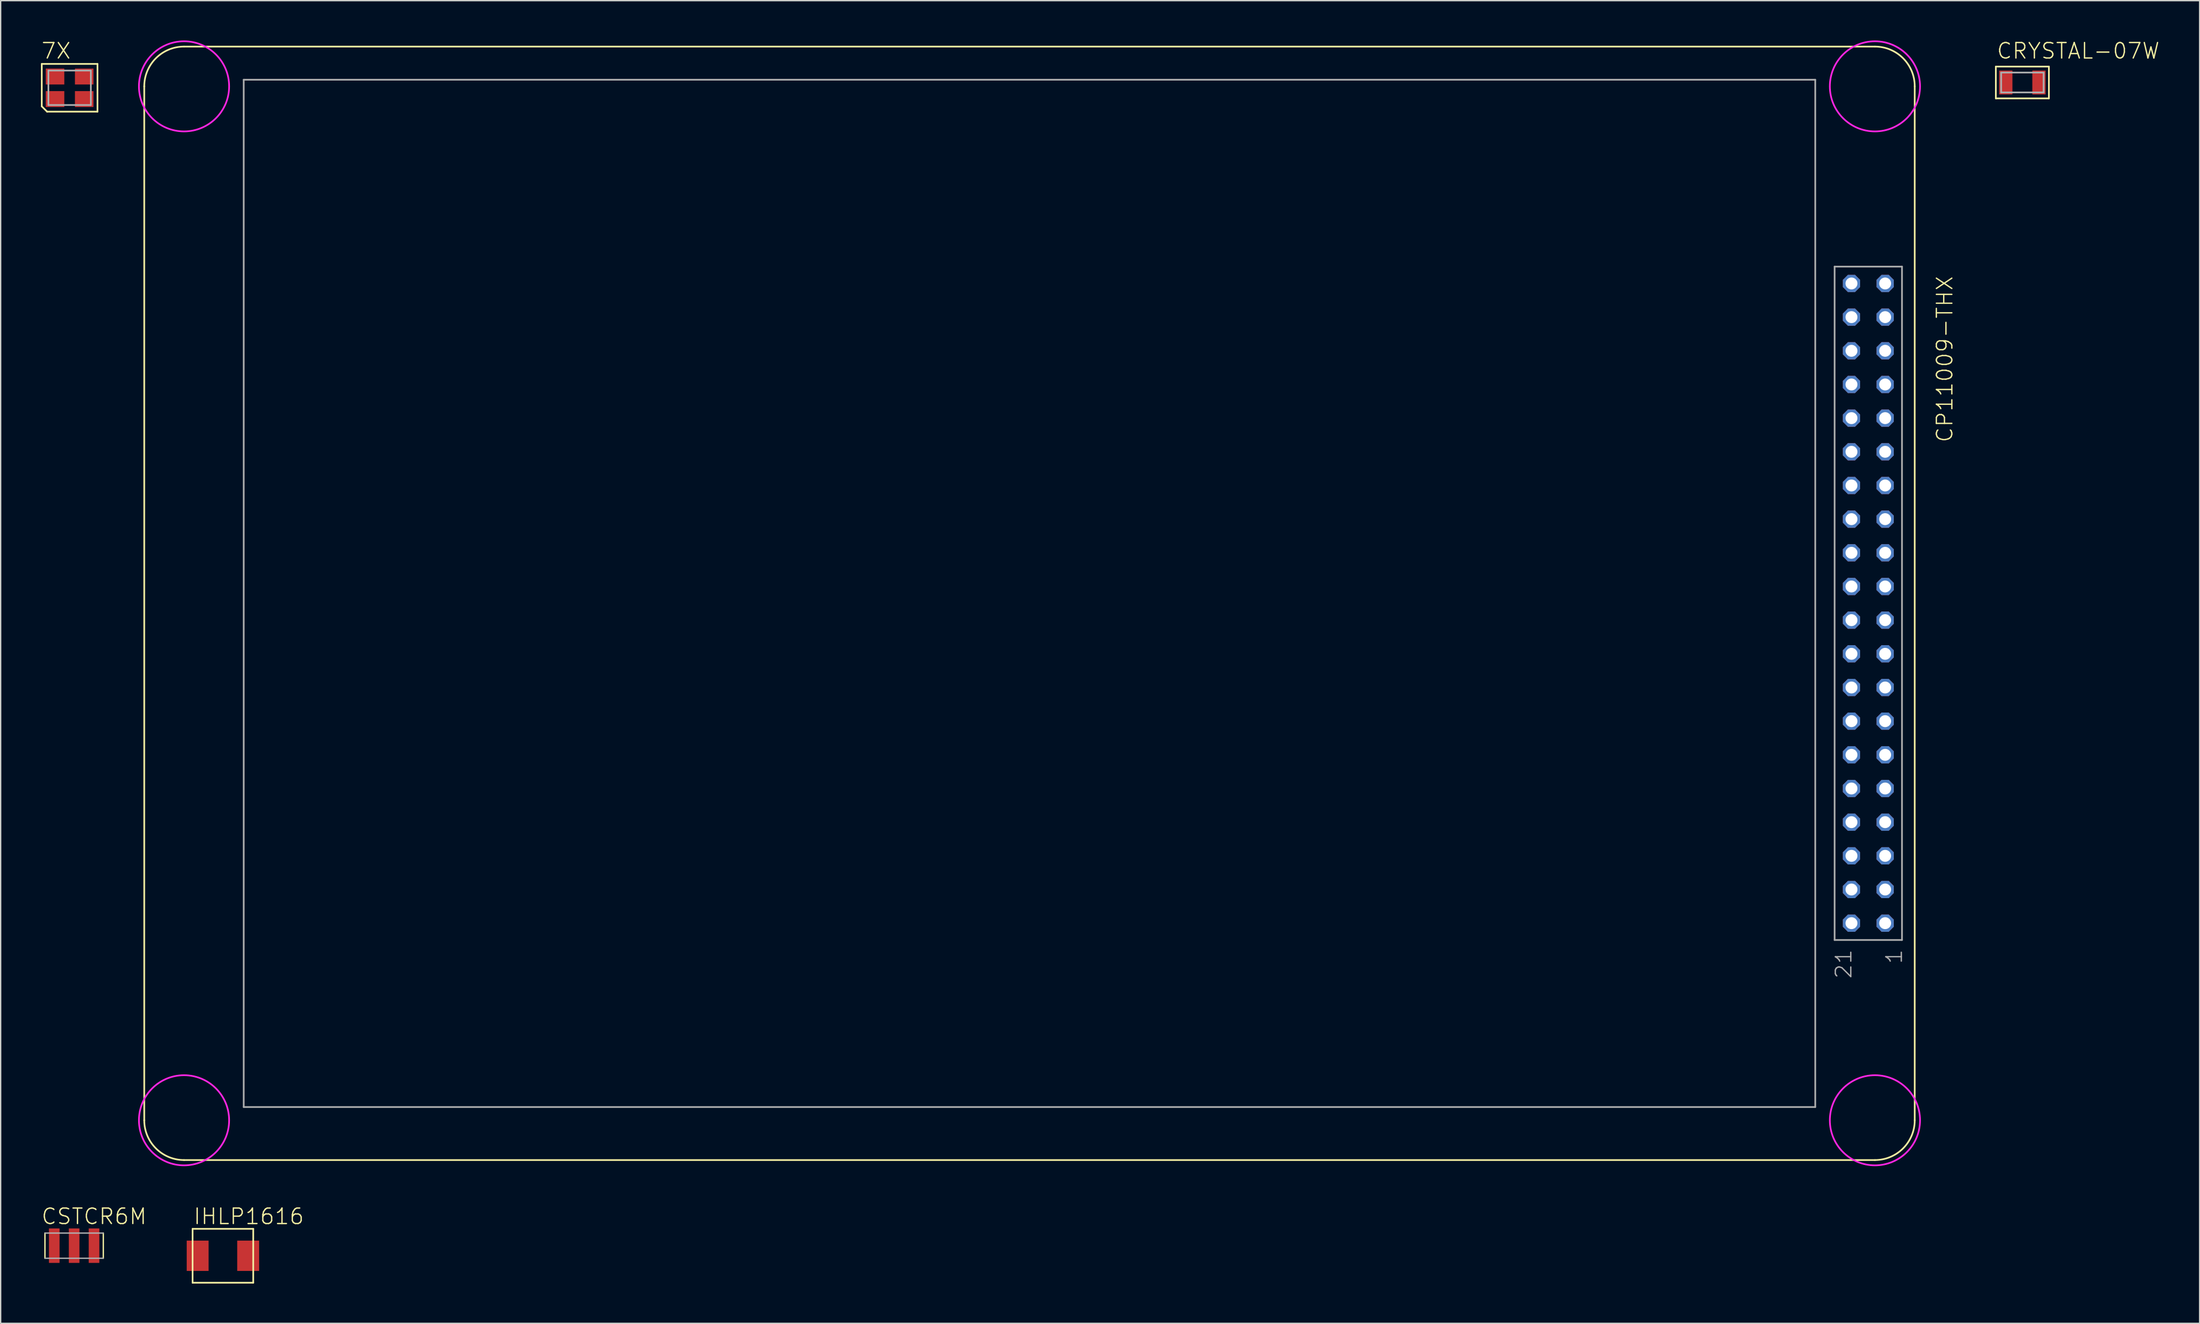
<source format=kicad_pcb>
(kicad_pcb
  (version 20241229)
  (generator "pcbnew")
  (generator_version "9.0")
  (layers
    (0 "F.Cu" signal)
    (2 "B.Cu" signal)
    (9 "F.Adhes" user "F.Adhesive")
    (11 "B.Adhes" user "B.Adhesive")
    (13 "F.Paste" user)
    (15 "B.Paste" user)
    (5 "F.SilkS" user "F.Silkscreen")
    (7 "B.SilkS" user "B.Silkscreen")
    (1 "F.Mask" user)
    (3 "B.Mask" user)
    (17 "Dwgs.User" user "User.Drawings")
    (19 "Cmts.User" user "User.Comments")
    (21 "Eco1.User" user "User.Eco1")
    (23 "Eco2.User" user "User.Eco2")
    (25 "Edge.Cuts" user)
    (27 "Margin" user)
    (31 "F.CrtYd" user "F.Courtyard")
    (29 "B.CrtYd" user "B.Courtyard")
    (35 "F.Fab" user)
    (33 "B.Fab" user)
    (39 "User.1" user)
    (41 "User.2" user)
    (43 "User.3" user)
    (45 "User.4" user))
  (footprint "CSTCR6M"
    (layer "F.Cu")
    (at 2.54 90.924)
    (property "Reference" "CSTCR6M" (at -2.54 -1.524 0) (unlocked yes) (layer "F.SilkS") (effects (font (size 1.168 1.168) (thickness 0.102)) (justify left bottom)))
    (fp_poly (pts (xy -1.9 -0.8) (xy -1.1 -0.8) (xy -1.1 -1.3) (xy -1.9 -1.3)) (stroke (width 0) (type default)) (fill yes) (layer "F.Mask"))
    (fp_poly (pts (xy -1.7 0.8) (xy -1.3 0.8) (xy -1.3 -0.8) (xy -1.7 -0.8)) (stroke (width 0) (type default)) (fill yes) (layer "F.Mask"))
    (fp_poly (pts (xy -1.1 0.8) (xy -1.9 0.8) (xy -1.9 1.3) (xy -1.1 1.3)) (stroke (width 0) (type default)) (fill yes) (layer "F.Mask"))
    (fp_poly (pts (xy -0.4 -0.8) (xy 0.4 -0.8) (xy 0.4 -1.3) (xy -0.4 -1.3)) (stroke (width 0) (type default)) (fill yes) (layer "F.Mask"))
    (fp_poly (pts (xy -0.2 0.8) (xy 0.2 0.8) (xy 0.2 -0.8) (xy -0.2 -0.8)) (stroke (width 0) (type default)) (fill yes) (layer "F.Mask"))
    (fp_poly (pts (xy 0.4 0.8) (xy -0.4 0.8) (xy -0.4 1.3) (xy 0.4 1.3)) (stroke (width 0) (type default)) (fill yes) (layer "F.Mask"))
    (fp_poly (pts (xy 1.1 -0.8) (xy 1.9 -0.8) (xy 1.9 -1.3) (xy 1.1 -1.3)) (stroke (width 0) (type default)) (fill yes) (layer "F.Mask"))
    (fp_poly (pts (xy 1.3 0.8) (xy 1.7 0.8) (xy 1.7 -0.8) (xy 1.3 -0.8)) (stroke (width 0) (type default)) (fill yes) (layer "F.Mask"))
    (fp_poly (pts (xy 1.9 0.8) (xy 1.1 0.8) (xy 1.1 1.3) (xy 1.9 1.3)) (stroke (width 0) (type default)) (fill yes) (layer "F.Mask"))
    (fp_line (start -2.2 -0.95) (end -2.2 0.95) (stroke (width 0.102) (type solid)) (layer "F.SilkS"))
    (fp_line (start 2.2 0.95) (end 2.2 -0.95) (stroke (width 0.102) (type solid)) (layer "F.SilkS"))
    (fp_poly (pts (xy -1.85 -0.85) (xy -1.15 -0.85) (xy -1.15 -1.25) (xy -1.85 -1.25)) (stroke (width 0) (type default)) (fill yes) (layer "F.Paste"))
    (fp_poly (pts (xy -1.85 1.25) (xy -1.15 1.25) (xy -1.15 0.85) (xy -1.85 0.85)) (stroke (width 0) (type default)) (fill yes) (layer "F.Paste"))
    (fp_poly (pts (xy -1.65 0.85) (xy -1.35 0.85) (xy -1.35 -0.85) (xy -1.65 -0.85)) (stroke (width 0) (type default)) (fill yes) (layer "F.Paste"))
    (fp_poly (pts (xy -0.35 -0.85) (xy 0.35 -0.85) (xy 0.35 -1.25) (xy -0.35 -1.25)) (stroke (width 0) (type default)) (fill yes) (layer "F.Paste"))
    (fp_poly (pts (xy -0.35 1.25) (xy 0.35 1.25) (xy 0.35 0.85) (xy -0.35 0.85)) (stroke (width 0) (type default)) (fill yes) (layer "F.Paste"))
    (fp_poly (pts (xy -0.15 0.85) (xy 0.15 0.85) (xy 0.15 -0.85) (xy -0.15 -0.85)) (stroke (width 0) (type default)) (fill yes) (layer "F.Paste"))
    (fp_poly (pts (xy 1.15 -0.85) (xy 1.85 -0.85) (xy 1.85 -1.25) (xy 1.15 -1.25)) (stroke (width 0) (type default)) (fill yes) (layer "F.Paste"))
    (fp_poly (pts (xy 1.15 1.25) (xy 1.85 1.25) (xy 1.85 0.85) (xy 1.15 0.85)) (stroke (width 0) (type default)) (fill yes) (layer "F.Paste"))
    (fp_poly (pts (xy 1.35 0.85) (xy 1.65 0.85) (xy 1.65 -0.85) (xy 1.35 -0.85)) (stroke (width 0) (type default)) (fill yes) (layer "F.Paste"))
    (fp_line (start -2.2 0.95) (end 2.2 0.95) (stroke (width 0.102) (type solid)) (layer "F.Fab"))
    (fp_line (start 2.2 -0.95) (end -2.2 -0.95) (stroke (width 0.102) (type solid)) (layer "F.Fab"))
    (pad "1" smd rect (at -1.5 0) (size 0.8 2.6) (layers "F.Cu"))
    (pad "2" smd rect (at 0 0) (size 0.8 2.6) (layers "F.Cu"))
    (pad "3" smd rect (at 1.5 0) (size 0.8 2.6) (layers "F.Cu")))
  (footprint "CRYSTAL-07W"
    (layer "F.Cu")
    (at 149.444 3.173)
    (property "Reference" "CRYSTAL-07W" (at -2 -1.7 0) (unlocked yes) (layer "F.SilkS") (effects (font (size 1.168 1.168) (thickness 0.102)) (justify left bottom)))
    (fp_line (start -2 -1.2) (end 2 -1.2) (stroke (width 0.127) (type solid)) (layer "F.SilkS"))
    (fp_line (start -2 1.2) (end -2 -1.2) (stroke (width 0.127) (type solid)) (layer "F.SilkS"))
    (fp_line (start 2 -1.2) (end 2 1.2) (stroke (width 0.127) (type solid)) (layer "F.SilkS"))
    (fp_line (start 2 1.2) (end -2 1.2) (stroke (width 0.127) (type solid)) (layer "F.SilkS"))
    (fp_line (start -1.6 -0.75) (end 1.6 -0.75) (stroke (width 0.127) (type solid)) (layer "F.Fab"))
    (fp_line (start -1.6 0.75) (end -1.6 -0.75) (stroke (width 0.127) (type solid)) (layer "F.Fab"))
    (fp_line (start 1.6 -0.75) (end 1.6 0.75) (stroke (width 0.127) (type solid)) (layer "F.Fab"))
    (fp_line (start 1.6 0.75) (end -1.6 0.75) (stroke (width 0.127) (type solid)) (layer "F.Fab"))
    (pad "1" smd rect (at -1.25 0) (size 1 1.8) (layers "F.Cu" "F.Mask" "F.Paste"))
    (pad "2" smd rect (at 1.25 0) (size 1 1.8) (layers "F.Cu" "F.Mask" "F.Paste")))
  (footprint "CP11009-THX"
    (layer "F.Cu")
    (at 137.827 42.464)
    (property "Reference" "CP11009-THX" (at 5.08 -24.765 90) (unlocked yes) (layer "F.SilkS") (effects (font (size 1.168 1.168) (thickness 0.102)) (justify right top)))
    (fp_line (start -130 -39) (end -130 39) (stroke (width 0.127) (type solid)) (layer "F.SilkS"))
    (fp_line (start -127 -42) (end 0.5 -42) (stroke (width 0.127) (type solid)) (layer "F.SilkS"))
    (fp_line (start 0.5 42) (end -127 42) (stroke (width 0.127) (type solid)) (layer "F.SilkS"))
    (fp_line (start 3.5 -39) (end 3.5 39) (stroke (width 0.127) (type solid)) (layer "F.SilkS"))
    (fp_arc (start -130 -39) (mid -129.12132 -41.12132) (end -127 -42) (stroke (width 0.127) (type solid)) (layer "F.SilkS"))
    (fp_arc (start -127 42) (mid -129.12132 41.12132) (end -130 39) (stroke (width 0.127) (type solid)) (layer "F.SilkS"))
    (fp_arc (start 0.5 -42) (mid 2.62132 -41.12132) (end 3.499999 -38.999999) (stroke (width 0.127) (type solid)) (layer "F.SilkS"))
    (fp_arc (start 3.5 39) (mid 2.62132 41.121321) (end 0.499999 42.000001) (stroke (width 0.127) (type solid)) (layer "F.SilkS"))
    (fp_circle (center -127 -39) (end -123.6 -39) (stroke (width 0.127) (type solid)) (fill no) (layer "F.CrtYd"))
    (fp_circle (center -127 39) (end -123.6 39) (stroke (width 0.127) (type solid)) (fill no) (layer "F.CrtYd"))
    (fp_circle (center 0.5 -39) (end 3.9 -39) (stroke (width 0.127) (type solid)) (fill no) (layer "F.CrtYd"))
    (fp_circle (center 0.5 39) (end 3.9 39) (stroke (width 0.127) (type solid)) (fill no) (layer "F.CrtYd"))
    (fp_line (start -122.5 -39.5) (end -122.5 38) (stroke (width 0.127) (type solid)) (layer "F.Fab"))
    (fp_line (start -122.5 38) (end -4 38) (stroke (width 0.127) (type solid)) (layer "F.Fab"))
    (fp_line (start -4 -39.5) (end -122.5 -39.5) (stroke (width 0.127) (type solid)) (layer "F.Fab"))
    (fp_line (start -4 38) (end -4 -39.5) (stroke (width 0.127) (type solid)) (layer "F.Fab"))
    (fp_line (start -2.54 -25.4) (end 2.54 -25.4) (stroke (width 0.127) (type solid)) (layer "F.Fab"))
    (fp_line (start -2.54 25.4) (end -2.54 -25.4) (stroke (width 0.127) (type solid)) (layer "F.Fab"))
    (fp_line (start 2.54 -25.4) (end 2.54 25.4) (stroke (width 0.127) (type solid)) (layer "F.Fab"))
    (fp_line (start 2.54 25.4) (end -2.54 25.4) (stroke (width 0.127) (type solid)) (layer "F.Fab"))
    (fp_text user "21" (at -2.54 26.035 90) (unlocked yes) (layer "F.Fab") (effects (font (size 1.168 1.168) (thickness 0.102)) (justify right top)))
    (fp_text user "1" (at 1.27 26.035 90) (unlocked yes) (layer "F.Fab") (effects (font (size 1.168 1.168) (thickness 0.102)) (justify right top)))
    (pad "1" thru_hole roundrect (at 1.27 24.13) (size 1.3 1.3) (drill 0.9) (layers "*.Cu" "*.Mask") (roundrect_rratio 0.25) (chamfer_ratio 0.293) (chamfer top_left top_right bottom_left bottom_right))
    (pad "2" thru_hole roundrect (at 1.27 21.59) (size 1.3 1.3) (drill 0.9) (layers "*.Cu" "*.Mask") (roundrect_rratio 0.25) (chamfer_ratio 0.293) (chamfer top_left top_right bottom_left bottom_right))
    (pad "3" thru_hole roundrect (at 1.27 19.05) (size 1.3 1.3) (drill 0.9) (layers "*.Cu" "*.Mask") (roundrect_rratio 0.25) (chamfer_ratio 0.293) (chamfer top_left top_right bottom_left bottom_right))
    (pad "4" thru_hole roundrect (at 1.27 16.51) (size 1.3 1.3) (drill 0.9) (layers "*.Cu" "*.Mask") (roundrect_rratio 0.25) (chamfer_ratio 0.293) (chamfer top_left top_right bottom_left bottom_right))
    (pad "5" thru_hole roundrect (at 1.27 13.97) (size 1.3 1.3) (drill 0.9) (layers "*.Cu" "*.Mask") (roundrect_rratio 0.25) (chamfer_ratio 0.293) (chamfer top_left top_right bottom_left bottom_right))
    (pad "6" thru_hole roundrect (at 1.27 11.43) (size 1.3 1.3) (drill 0.9) (layers "*.Cu" "*.Mask") (roundrect_rratio 0.25) (chamfer_ratio 0.293) (chamfer top_left top_right bottom_left bottom_right))
    (pad "7" thru_hole roundrect (at 1.27 8.89) (size 1.3 1.3) (drill 0.9) (layers "*.Cu" "*.Mask") (roundrect_rratio 0.25) (chamfer_ratio 0.293) (chamfer top_left top_right bottom_left bottom_right))
    (pad "8" thru_hole roundrect (at 1.27 6.35) (size 1.3 1.3) (drill 0.9) (layers "*.Cu" "*.Mask") (roundrect_rratio 0.25) (chamfer_ratio 0.293) (chamfer top_left top_right bottom_left bottom_right))
    (pad "9" thru_hole roundrect (at 1.27 3.81) (size 1.3 1.3) (drill 0.9) (layers "*.Cu" "*.Mask") (roundrect_rratio 0.25) (chamfer_ratio 0.293) (chamfer top_left top_right bottom_left bottom_right))
    (pad "10" thru_hole roundrect (at 1.27 1.27) (size 1.3 1.3) (drill 0.9) (layers "*.Cu" "*.Mask") (roundrect_rratio 0.25) (chamfer_ratio 0.293) (chamfer top_left top_right bottom_left bottom_right))
    (pad "11" thru_hole roundrect (at 1.27 -1.27) (size 1.3 1.3) (drill 0.9) (layers "*.Cu" "*.Mask") (roundrect_rratio 0.25) (chamfer_ratio 0.293) (chamfer top_left top_right bottom_left bottom_right))
    (pad "12" thru_hole roundrect (at 1.27 -3.81) (size 1.3 1.3) (drill 0.9) (layers "*.Cu" "*.Mask") (roundrect_rratio 0.25) (chamfer_ratio 0.293) (chamfer top_left top_right bottom_left bottom_right))
    (pad "13" thru_hole roundrect (at 1.27 -6.35) (size 1.3 1.3) (drill 0.9) (layers "*.Cu" "*.Mask") (roundrect_rratio 0.25) (chamfer_ratio 0.293) (chamfer top_left top_right bottom_left bottom_right))
    (pad "14" thru_hole roundrect (at 1.27 -8.89) (size 1.3 1.3) (drill 0.9) (layers "*.Cu" "*.Mask") (roundrect_rratio 0.25) (chamfer_ratio 0.293) (chamfer top_left top_right bottom_left bottom_right))
    (pad "15" thru_hole roundrect (at 1.27 -11.43) (size 1.3 1.3) (drill 0.9) (layers "*.Cu" "*.Mask") (roundrect_rratio 0.25) (chamfer_ratio 0.293) (chamfer top_left top_right bottom_left bottom_right))
    (pad "16" thru_hole roundrect (at 1.27 -13.97) (size 1.3 1.3) (drill 0.9) (layers "*.Cu" "*.Mask") (roundrect_rratio 0.25) (chamfer_ratio 0.293) (chamfer top_left top_right bottom_left bottom_right))
    (pad "17" thru_hole roundrect (at 1.27 -16.51) (size 1.3 1.3) (drill 0.9) (layers "*.Cu" "*.Mask") (roundrect_rratio 0.25) (chamfer_ratio 0.293) (chamfer top_left top_right bottom_left bottom_right))
    (pad "18" thru_hole roundrect (at 1.27 -19.05) (size 1.3 1.3) (drill 0.9) (layers "*.Cu" "*.Mask") (roundrect_rratio 0.25) (chamfer_ratio 0.293) (chamfer top_left top_right bottom_left bottom_right))
    (pad "19" thru_hole roundrect (at 1.27 -21.59) (size 1.3 1.3) (drill 0.9) (layers "*.Cu" "*.Mask") (roundrect_rratio 0.25) (chamfer_ratio 0.293) (chamfer top_left top_right bottom_left bottom_right))
    (pad "20" thru_hole roundrect (at 1.27 -24.13) (size 1.3 1.3) (drill 0.9) (layers "*.Cu" "*.Mask") (roundrect_rratio 0.25) (chamfer_ratio 0.293) (chamfer top_left top_right bottom_left bottom_right))
    (pad "21" thru_hole roundrect (at -1.27 24.13) (size 1.3 1.3) (drill 0.9) (layers "*.Cu" "*.Mask") (roundrect_rratio 0.25) (chamfer_ratio 0.293) (chamfer top_left top_right bottom_left bottom_right))
    (pad "22" thru_hole roundrect (at -1.27 21.59) (size 1.3 1.3) (drill 0.9) (layers "*.Cu" "*.Mask") (roundrect_rratio 0.25) (chamfer_ratio 0.293) (chamfer top_left top_right bottom_left bottom_right))
    (pad "23" thru_hole roundrect (at -1.27 19.05) (size 1.3 1.3) (drill 0.9) (layers "*.Cu" "*.Mask") (roundrect_rratio 0.25) (chamfer_ratio 0.293) (chamfer top_left top_right bottom_left bottom_right))
    (pad "24" thru_hole roundrect (at -1.27 16.51) (size 1.3 1.3) (drill 0.9) (layers "*.Cu" "*.Mask") (roundrect_rratio 0.25) (chamfer_ratio 0.293) (chamfer top_left top_right bottom_left bottom_right))
    (pad "25" thru_hole roundrect (at -1.27 13.97) (size 1.3 1.3) (drill 0.9) (layers "*.Cu" "*.Mask") (roundrect_rratio 0.25) (chamfer_ratio 0.293) (chamfer top_left top_right bottom_left bottom_right))
    (pad "26" thru_hole roundrect (at -1.27 11.43) (size 1.3 1.3) (drill 0.9) (layers "*.Cu" "*.Mask") (roundrect_rratio 0.25) (chamfer_ratio 0.293) (chamfer top_left top_right bottom_left bottom_right))
    (pad "27" thru_hole roundrect (at -1.27 8.89) (size 1.3 1.3) (drill 0.9) (layers "*.Cu" "*.Mask") (roundrect_rratio 0.25) (chamfer_ratio 0.293) (chamfer top_left top_right bottom_left bottom_right))
    (pad "28" thru_hole roundrect (at -1.27 6.35) (size 1.3 1.3) (drill 0.9) (layers "*.Cu" "*.Mask") (roundrect_rratio 0.25) (chamfer_ratio 0.293) (chamfer top_left top_right bottom_left bottom_right))
    (pad "29" thru_hole roundrect (at -1.27 3.81) (size 1.3 1.3) (drill 0.9) (layers "*.Cu" "*.Mask") (roundrect_rratio 0.25) (chamfer_ratio 0.293) (chamfer top_left top_right bottom_left bottom_right))
    (pad "30" thru_hole roundrect (at -1.27 1.27) (size 1.3 1.3) (drill 0.9) (layers "*.Cu" "*.Mask") (roundrect_rratio 0.25) (chamfer_ratio 0.293) (chamfer top_left top_right bottom_left bottom_right))
    (pad "31" thru_hole roundrect (at -1.27 -1.27) (size 1.3 1.3) (drill 0.9) (layers "*.Cu" "*.Mask") (roundrect_rratio 0.25) (chamfer_ratio 0.293) (chamfer top_left top_right bottom_left bottom_right))
    (pad "32" thru_hole roundrect (at -1.27 -3.81) (size 1.3 1.3) (drill 0.9) (layers "*.Cu" "*.Mask") (roundrect_rratio 0.25) (chamfer_ratio 0.293) (chamfer top_left top_right bottom_left bottom_right))
    (pad "33" thru_hole roundrect (at -1.27 -6.35) (size 1.3 1.3) (drill 0.9) (layers "*.Cu" "*.Mask") (roundrect_rratio 0.25) (chamfer_ratio 0.293) (chamfer top_left top_right bottom_left bottom_right))
    (pad "34" thru_hole roundrect (at -1.27 -8.89) (size 1.3 1.3) (drill 0.9) (layers "*.Cu" "*.Mask") (roundrect_rratio 0.25) (chamfer_ratio 0.293) (chamfer top_left top_right bottom_left bottom_right))
    (pad "35" thru_hole roundrect (at -1.27 -11.43) (size 1.3 1.3) (drill 0.9) (layers "*.Cu" "*.Mask") (roundrect_rratio 0.25) (chamfer_ratio 0.293) (chamfer top_left top_right bottom_left bottom_right))
    (pad "36" thru_hole roundrect (at -1.27 -13.97) (size 1.3 1.3) (drill 0.9) (layers "*.Cu" "*.Mask") (roundrect_rratio 0.25) (chamfer_ratio 0.293) (chamfer top_left top_right bottom_left bottom_right))
    (pad "37" thru_hole roundrect (at -1.27 -16.51) (size 1.3 1.3) (drill 0.9) (layers "*.Cu" "*.Mask") (roundrect_rratio 0.25) (chamfer_ratio 0.293) (chamfer top_left top_right bottom_left bottom_right))
    (pad "38" thru_hole roundrect (at -1.27 -19.05) (size 1.3 1.3) (drill 0.9) (layers "*.Cu" "*.Mask") (roundrect_rratio 0.25) (chamfer_ratio 0.293) (chamfer top_left top_right bottom_left bottom_right))
    (pad "39" thru_hole roundrect (at -1.27 -21.59) (size 1.3 1.3) (drill 0.9) (layers "*.Cu" "*.Mask") (roundrect_rratio 0.25) (chamfer_ratio 0.293) (chamfer top_left top_right bottom_left bottom_right))
    (pad "40" thru_hole roundrect (at -1.27 -24.13) (size 1.3 1.3) (drill 0.9) (layers "*.Cu" "*.Mask") (roundrect_rratio 0.25) (chamfer_ratio 0.293) (chamfer top_left top_right bottom_left bottom_right)))
  (footprint "IHLP1616"
    (layer "F.Cu")
    (at 13.758 91.686)
    (property "Reference" "IHLP1616" (at -2.286 -2.286 0) (unlocked yes) (layer "F.SilkS") (effects (font (size 1.168 1.168) (thickness 0.102)) (justify left bottom)))
    (fp_line (start -2.286 -2.032) (end 2.286 -2.032) (stroke (width 0.127) (type solid)) (layer "F.SilkS"))
    (fp_line (start -2.286 2.032) (end -2.286 -2.032) (stroke (width 0.127) (type solid)) (layer "F.SilkS"))
    (fp_line (start 2.286 -2.032) (end 2.286 2.032) (stroke (width 0.127) (type solid)) (layer "F.SilkS"))
    (fp_line (start 2.286 2.032) (end -2.286 2.032) (stroke (width 0.127) (type solid)) (layer "F.SilkS"))
    (pad "P$1" smd rect (at -1.905 0 90) (size 2.286 1.651) (layers "F.Cu" "F.Mask" "F.Paste"))
    (pad "P$2" smd rect (at 1.905 0 90) (size 2.286 1.651) (layers "F.Cu" "F.Mask" "F.Paste")))
  (footprint "7X"
    (layer "F.Cu")
    (at 2.2 3.573)
    (property "Reference" "7X" (at -2.2 -2.1 0) (unlocked yes) (layer "F.SilkS") (effects (font (size 1.168 1.168) (thickness 0.102)) (justify left bottom)))
    (fp_line (start -2.1 -1.8) (end 2.1 -1.8) (stroke (width 0.127) (type solid)) (layer "F.SilkS"))
    (fp_line (start -2.1 1.4) (end -2.1 -1.8) (stroke (width 0.127) (type solid)) (layer "F.SilkS"))
    (fp_line (start -1.7 1.8) (end -2.1 1.4) (stroke (width 0.127) (type solid)) (layer "F.SilkS"))
    (fp_line (start 2.1 -1.8) (end 2.1 1.8) (stroke (width 0.127) (type solid)) (layer "F.SilkS"))
    (fp_line (start 2.1 1.8) (end -1.7 1.8) (stroke (width 0.127) (type solid)) (layer "F.SilkS"))
    (fp_line (start -1.6 -1.3) (end 1.6 -1.3) (stroke (width 0.127) (type solid)) (layer "F.Fab"))
    (fp_line (start -1.6 1.3) (end -1.6 -1.3) (stroke (width 0.127) (type solid)) (layer "F.Fab"))
    (fp_line (start 1.6 -1.3) (end 1.6 1.3) (stroke (width 0.127) (type solid)) (layer "F.Fab"))
    (fp_line (start 1.6 1.3) (end -1.6 1.3) (stroke (width 0.127) (type solid)) (layer "F.Fab"))
    (pad "1" smd rect (at -1.1 0.85) (size 1.4 1.2) (layers "F.Cu" "F.Mask" "F.Paste"))
    (pad "2" smd rect (at 1.1 0.85) (size 1.4 1.2) (layers "F.Cu" "F.Mask" "F.Paste"))
    (pad "3" smd rect (at 1.1 -0.85) (size 1.4 1.2) (layers "F.Cu" "F.Mask" "F.Paste"))
    (pad "4" smd rect (at -1.1 -0.85) (size 1.4 1.2) (layers "F.Cu" "F.Mask" "F.Paste")))
  (gr_rect
    (start -3 -3)
    (end 162.811 96.782)
    (stroke (width 0.1) (type default))
    (fill no)
    (layer "Edge.Cuts")))
</source>
